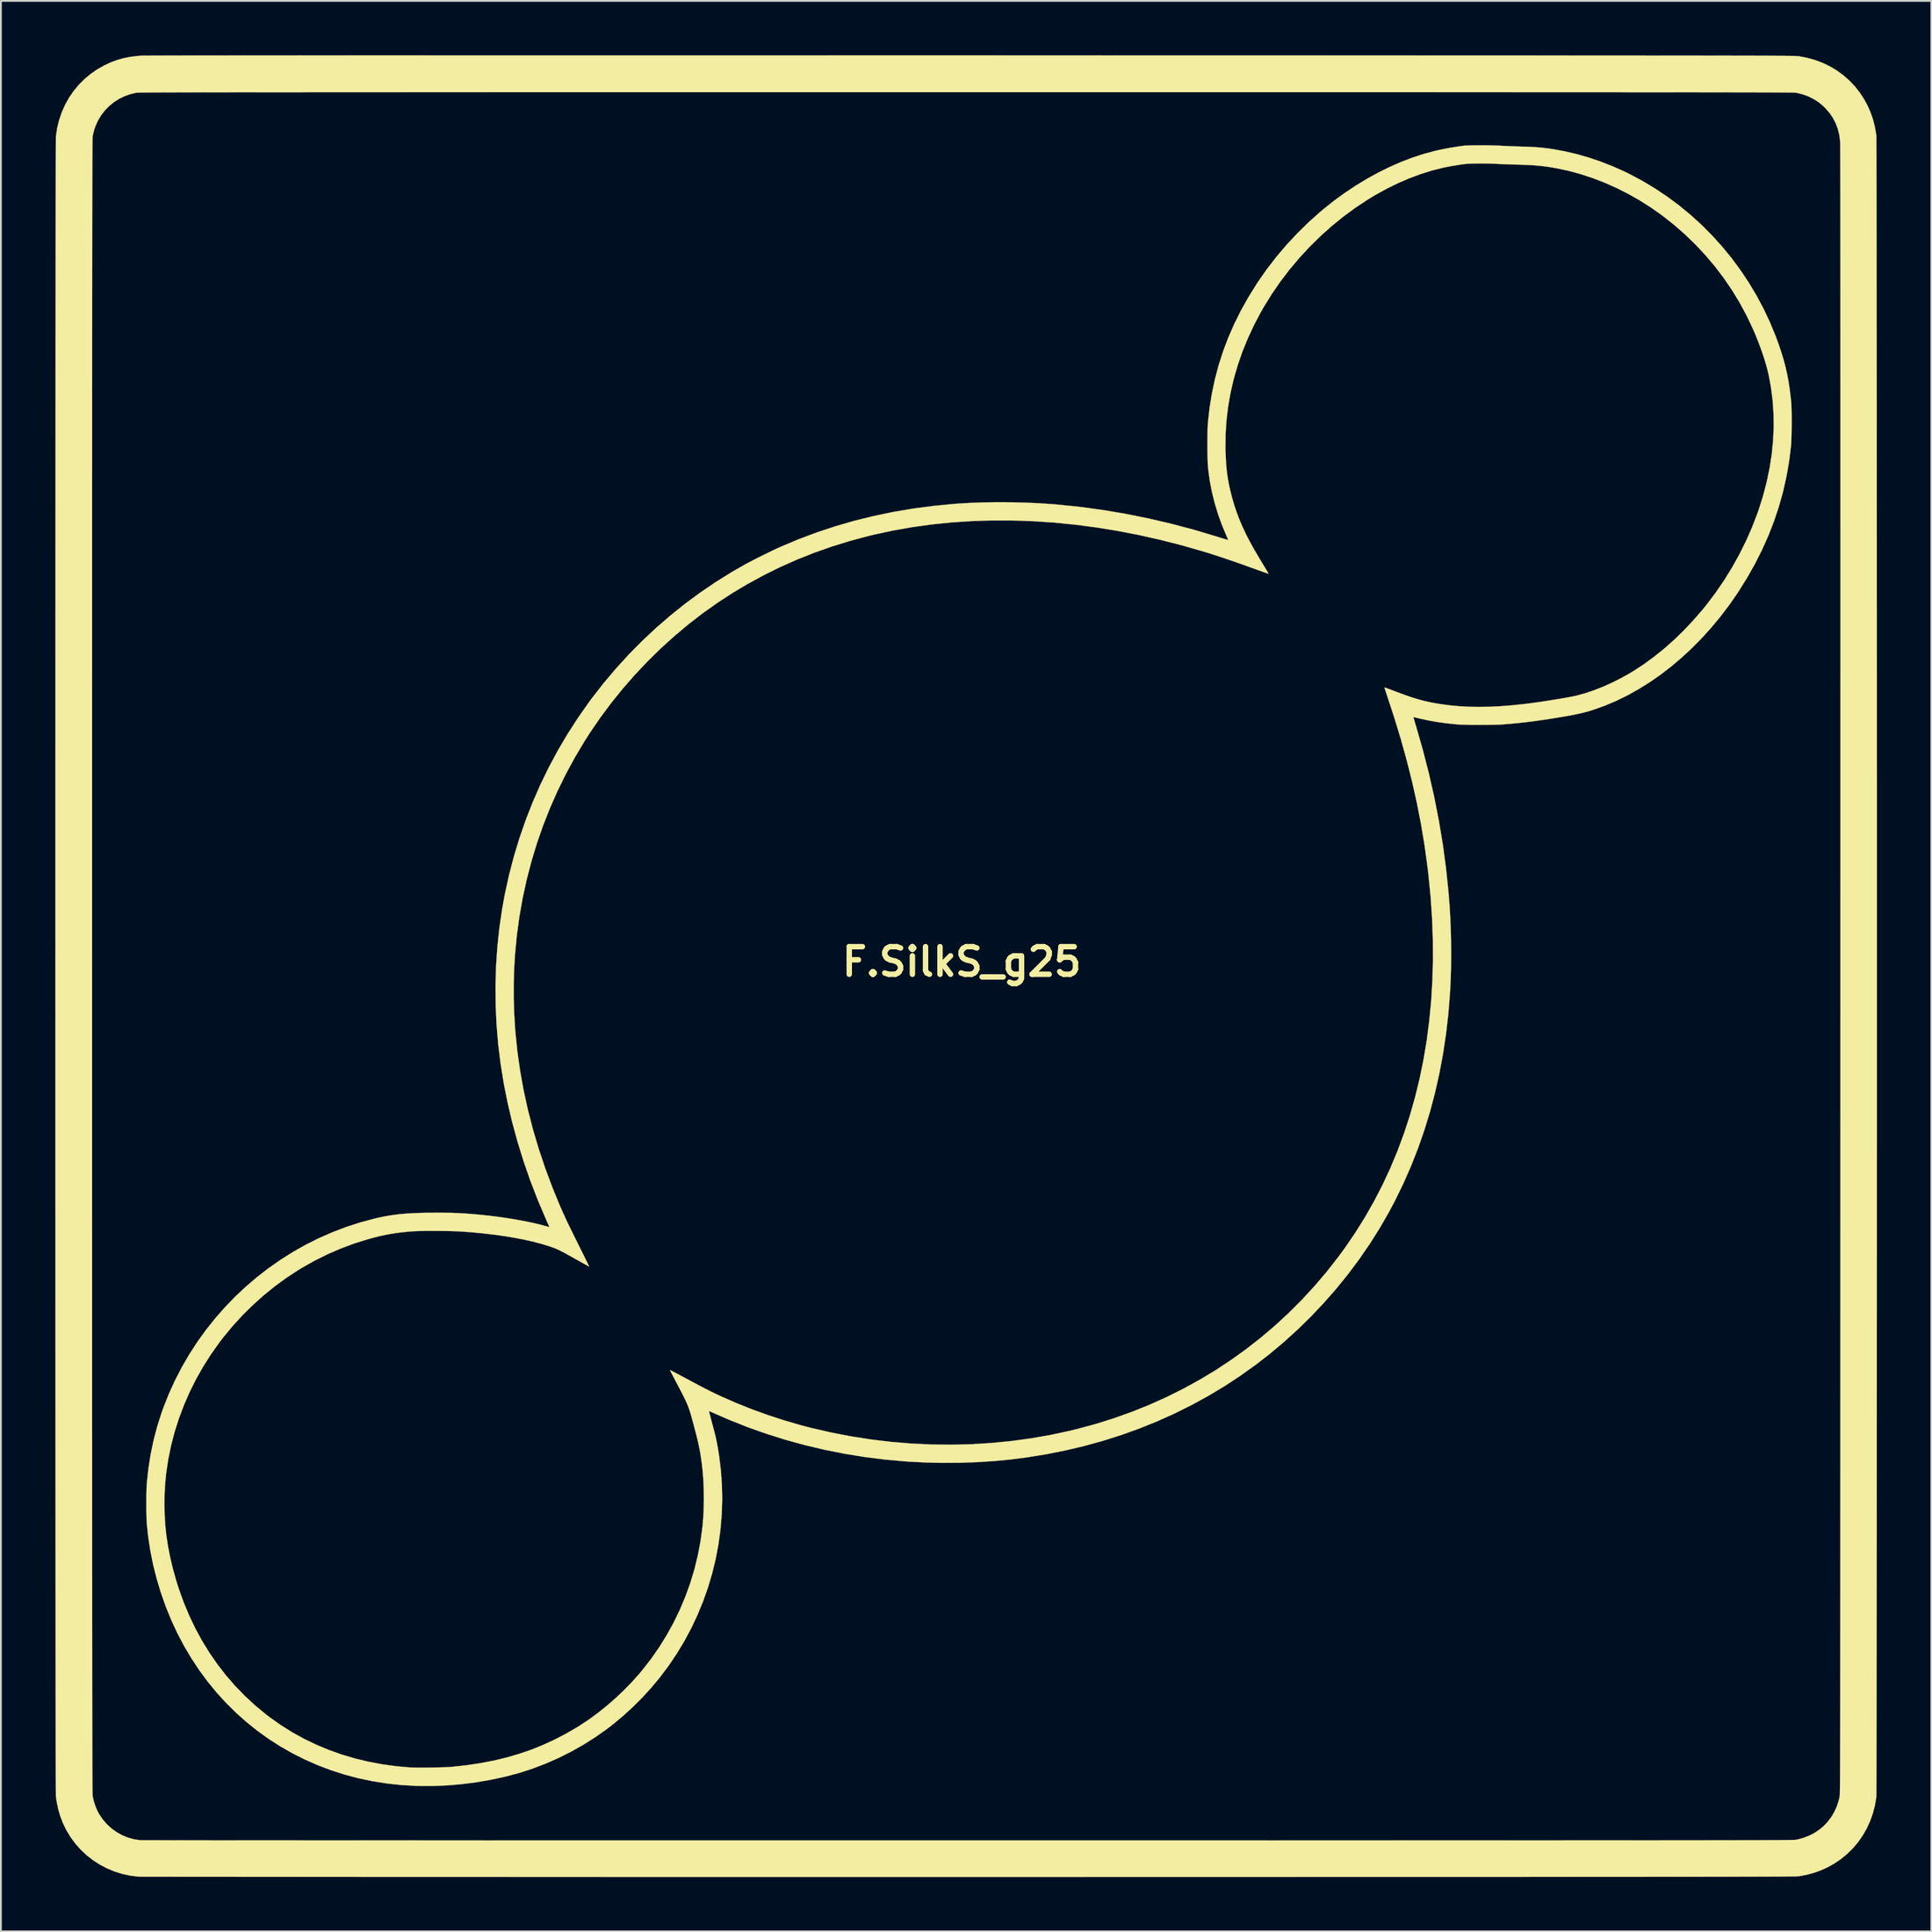
<source format=kicad_pcb>
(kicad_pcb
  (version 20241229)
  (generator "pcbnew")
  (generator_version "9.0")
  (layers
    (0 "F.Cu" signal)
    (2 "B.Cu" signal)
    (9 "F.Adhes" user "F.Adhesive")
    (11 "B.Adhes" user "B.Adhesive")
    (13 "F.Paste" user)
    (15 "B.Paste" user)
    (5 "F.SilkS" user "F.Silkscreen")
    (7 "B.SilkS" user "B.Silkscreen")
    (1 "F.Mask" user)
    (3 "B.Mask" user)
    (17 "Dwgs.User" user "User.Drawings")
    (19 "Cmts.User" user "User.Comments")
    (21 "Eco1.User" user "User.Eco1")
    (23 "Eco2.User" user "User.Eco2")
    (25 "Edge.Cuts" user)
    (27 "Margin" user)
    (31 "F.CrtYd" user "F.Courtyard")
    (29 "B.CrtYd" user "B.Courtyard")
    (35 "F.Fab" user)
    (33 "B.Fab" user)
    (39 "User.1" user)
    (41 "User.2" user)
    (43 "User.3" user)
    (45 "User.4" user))
  (footprint "F.SilkS_g25"
    (layer "F.Cu")
    (at 50.015 50.019)
    (property "Reference" "F.SilkS_g25" (at 0 0 0) (layer "F.SilkS") (effects (font (size 1.524 1.524) (thickness 0.3))))
    (attr through_hole)
    (fp_poly (pts (xy 28.912 -45.05) (xy 29.134 -45.047) (xy 29.349 -45.042) (xy 29.551 -45.036) (xy 29.733 -45.028) (xy 29.782 -45.025) (xy 29.922 -45.018) (xy 30.094 -45.01) (xy 30.288 -45.002) (xy 30.494 -44.994) (xy 30.703 -44.987) (xy 30.902 -44.98) (xy 30.946 -44.979) (xy 31.224 -44.97) (xy 31.469 -44.959) (xy 31.69 -44.946) (xy 31.896 -44.93) (xy 32.095 -44.91) (xy 32.297 -44.886) (xy 32.512 -44.856) (xy 32.618 -44.84) (xy 33.271 -44.721) (xy 33.933 -44.566) (xy 34.599 -44.375) (xy 35.263 -44.15) (xy 35.917 -43.894) (xy 36.557 -43.609) (xy 36.829 -43.477) (xy 37.558 -43.088) (xy 38.264 -42.665) (xy 38.946 -42.207) (xy 39.605 -41.716) (xy 40.238 -41.193) (xy 40.844 -40.64) (xy 41.422 -40.058) (xy 41.972 -39.448) (xy 42.491 -38.812) (xy 42.98 -38.15) (xy 43.436 -37.465) (xy 43.859 -36.756) (xy 44.248 -36.026) (xy 44.601 -35.276) (xy 44.918 -34.506) (xy 45.082 -34.057) (xy 45.223 -33.638) (xy 45.345 -33.237) (xy 45.45 -32.845) (xy 45.539 -32.452) (xy 45.616 -32.05) (xy 45.681 -31.63) (xy 45.738 -31.182) (xy 45.766 -30.914) (xy 45.776 -30.792) (xy 45.783 -30.634) (xy 45.789 -30.447) (xy 45.793 -30.237) (xy 45.795 -30.011) (xy 45.796 -29.776) (xy 45.794 -29.537) (xy 45.791 -29.301) (xy 45.787 -29.076) (xy 45.781 -28.867) (xy 45.773 -28.68) (xy 45.764 -28.524) (xy 45.756 -28.427) (xy 45.649 -27.58) (xy 45.502 -26.744) (xy 45.314 -25.917) (xy 45.085 -25.101) (xy 44.815 -24.295) (xy 44.504 -23.499) (xy 44.151 -22.712) (xy 43.758 -21.934) (xy 43.323 -21.166) (xy 42.847 -20.406) (xy 42.797 -20.331) (xy 42.339 -19.671) (xy 41.857 -19.038) (xy 41.354 -18.432) (xy 40.831 -17.854) (xy 40.289 -17.305) (xy 39.731 -16.787) (xy 39.157 -16.301) (xy 38.569 -15.848) (xy 37.969 -15.43) (xy 37.359 -15.048) (xy 36.739 -14.702) (xy 36.112 -14.395) (xy 35.479 -14.128) (xy 34.841 -13.901) (xy 34.756 -13.874) (xy 34.57 -13.818) (xy 34.381 -13.767) (xy 34.182 -13.717) (xy 33.969 -13.67) (xy 33.733 -13.622) (xy 33.471 -13.573) (xy 33.175 -13.521) (xy 33.02 -13.495) (xy 32.516 -13.414) (xy 32.045 -13.342) (xy 31.601 -13.28) (xy 31.176 -13.226) (xy 30.764 -13.179) (xy 30.356 -13.139) (xy 29.946 -13.104) (xy 29.866 -13.098) (xy 29.737 -13.09) (xy 29.574 -13.084) (xy 29.383 -13.079) (xy 29.171 -13.075) (xy 28.943 -13.072) (xy 28.707 -13.071) (xy 28.469 -13.071) (xy 28.234 -13.072) (xy 28.01 -13.075) (xy 27.803 -13.079) (xy 27.619 -13.084) (xy 27.465 -13.091) (xy 27.347 -13.098) (xy 26.766 -13.157) (xy 26.219 -13.233) (xy 25.699 -13.327) (xy 25.275 -13.421) (xy 25.16 -13.448) (xy 25.061 -13.471) (xy 24.984 -13.488) (xy 24.937 -13.498) (xy 24.924 -13.499) (xy 24.929 -13.478) (xy 24.944 -13.422) (xy 24.969 -13.337) (xy 25.001 -13.228) (xy 25.039 -13.1) (xy 25.073 -12.986) (xy 25.448 -11.678) (xy 25.783 -10.369) (xy 26.079 -9.059) (xy 26.335 -7.75) (xy 26.551 -6.444) (xy 26.725 -5.143) (xy 26.859 -3.849) (xy 26.913 -3.175) (xy 26.955 -2.498) (xy 26.984 -1.801) (xy 27.001 -1.095) (xy 27.007 -0.388) (xy 27 0.308) (xy 26.98 0.985) (xy 26.949 1.632) (xy 26.944 1.704) (xy 26.854 2.844) (xy 26.726 3.966) (xy 26.56 5.07) (xy 26.358 6.154) (xy 26.118 7.218) (xy 25.842 8.264) (xy 25.528 9.289) (xy 25.178 10.294) (xy 24.79 11.279) (xy 24.366 12.243) (xy 23.906 13.186) (xy 23.571 13.816) (xy 23.063 14.699) (xy 22.517 15.564) (xy 21.934 16.411) (xy 21.317 17.237) (xy 20.666 18.041) (xy 19.983 18.82) (xy 19.271 19.573) (xy 18.529 20.299) (xy 17.76 20.995) (xy 16.966 21.66) (xy 16.235 22.227) (xy 15.386 22.835) (xy 14.513 23.409) (xy 13.617 23.948) (xy 12.698 24.451) (xy 11.757 24.92) (xy 10.795 25.352) (xy 9.813 25.749) (xy 8.812 26.109) (xy 7.793 26.433) (xy 6.757 26.719) (xy 5.703 26.968) (xy 4.634 27.18) (xy 3.55 27.353) (xy 2.688 27.463) (xy 1.788 27.549) (xy 0.864 27.609) (xy -0.077 27.643) (xy -1.026 27.649) (xy -1.975 27.629) (xy -2.914 27.581) (xy -3.101 27.568) (xy -4.226 27.467) (xy -5.344 27.327) (xy -6.454 27.147) (xy -7.554 26.929) (xy -8.642 26.672) (xy -9.716 26.378) (xy -10.774 26.046) (xy -11.815 25.677) (xy -12.835 25.272) (xy -13.63 24.925) (xy -13.734 24.879) (xy -13.824 24.84) (xy -13.892 24.811) (xy -13.933 24.795) (xy -13.942 24.794) (xy -13.939 24.816) (xy -13.925 24.879) (xy -13.899 24.981) (xy -13.863 25.122) (xy -13.816 25.301) (xy -13.759 25.517) (xy -13.691 25.77) (xy -13.643 25.95) (xy -13.575 26.225) (xy -13.509 26.538) (xy -13.446 26.883) (xy -13.388 27.256) (xy -13.379 27.317) (xy -13.285 28.104) (xy -13.231 28.882) (xy -13.215 29.658) (xy -13.239 30.438) (xy -13.302 31.227) (xy -13.316 31.358) (xy -13.426 32.165) (xy -13.578 32.963) (xy -13.77 33.752) (xy -14.001 34.529) (xy -14.272 35.294) (xy -14.581 36.044) (xy -14.927 36.777) (xy -15.31 37.491) (xy -15.729 38.186) (xy -16.183 38.858) (xy -16.672 39.507) (xy -16.673 39.509) (xy -17.132 40.058) (xy -17.621 40.594) (xy -18.137 41.109) (xy -18.671 41.598) (xy -19.217 42.056) (xy -19.59 42.343) (xy -20.227 42.792) (xy -20.89 43.21) (xy -21.574 43.595) (xy -22.276 43.945) (xy -22.992 44.258) (xy -23.718 44.533) (xy -24.416 44.757) (xy -25.181 44.961) (xy -25.968 45.133) (xy -26.769 45.272) (xy -27.58 45.376) (xy -28.392 45.446) (xy -29.199 45.479) (xy -29.996 45.476) (xy -30.11 45.473) (xy -30.932 45.424) (xy -31.741 45.336) (xy -32.535 45.209) (xy -33.313 45.044) (xy -34.075 44.841) (xy -34.82 44.601) (xy -35.546 44.325) (xy -36.253 44.013) (xy -36.94 43.667) (xy -37.606 43.286) (xy -38.25 42.873) (xy -38.87 42.426) (xy -39.468 41.947) (xy -40.04 41.437) (xy -40.587 40.897) (xy -41.107 40.326) (xy -41.6 39.726) (xy -42.064 39.098) (xy -42.499 38.441) (xy -42.904 37.758) (xy -43.278 37.048) (xy -43.619 36.312) (xy -43.928 35.551) (xy -44.183 34.826) (xy -44.417 34.052) (xy -44.612 33.281) (xy -44.768 32.506) (xy -44.888 31.72) (xy -44.962 31.03) (xy -44.97 30.911) (xy -44.977 30.756) (xy -44.982 30.573) (xy -44.986 30.368) (xy -44.988 30.148) (xy -44.988 30.036) (xy -43.992 30.036) (xy -43.977 30.585) (xy -43.943 31.12) (xy -43.89 31.63) (xy -43.889 31.638) (xy -43.796 32.248) (xy -43.672 32.876) (xy -43.52 33.513) (xy -43.341 34.151) (xy -43.203 34.586) (xy -42.93 35.345) (xy -42.624 36.08) (xy -42.284 36.79) (xy -41.911 37.476) (xy -41.505 38.135) (xy -41.067 38.767) (xy -40.598 39.373) (xy -40.097 39.951) (xy -39.565 40.5) (xy -39.003 41.021) (xy -38.411 41.511) (xy -38.196 41.676) (xy -37.586 42.11) (xy -36.952 42.509) (xy -36.296 42.872) (xy -35.618 43.199) (xy -34.921 43.49) (xy -34.204 43.745) (xy -33.469 43.963) (xy -32.716 44.143) (xy -31.948 44.286) (xy -31.164 44.392) (xy -30.501 44.45) (xy -30.379 44.456) (xy -30.222 44.46) (xy -30.036 44.463) (xy -29.827 44.464) (xy -29.603 44.463) (xy -29.371 44.461) (xy -29.137 44.458) (xy -28.907 44.454) (xy -28.69 44.448) (xy -28.49 44.441) (xy -28.316 44.434) (xy -28.173 44.425) (xy -28.109 44.42) (xy -27.321 44.333) (xy -26.564 44.22) (xy -25.835 44.08) (xy -25.131 43.912) (xy -24.448 43.714) (xy -23.784 43.487) (xy -23.136 43.228) (xy -22.5 42.937) (xy -21.874 42.614) (xy -21.254 42.256) (xy -21.082 42.15) (xy -20.576 41.815) (xy -20.07 41.444) (xy -19.569 41.042) (xy -19.079 40.613) (xy -18.606 40.164) (xy -18.157 39.699) (xy -17.737 39.224) (xy -17.621 39.084) (xy -17.134 38.458) (xy -16.683 37.809) (xy -16.268 37.139) (xy -15.888 36.448) (xy -15.546 35.74) (xy -15.242 35.015) (xy -14.975 34.276) (xy -14.748 33.523) (xy -14.561 32.759) (xy -14.413 31.985) (xy -14.307 31.203) (xy -14.299 31.126) (xy -14.261 30.665) (xy -14.236 30.179) (xy -14.227 29.68) (xy -14.231 29.179) (xy -14.25 28.685) (xy -14.283 28.209) (xy -14.33 27.762) (xy -14.332 27.75) (xy -14.366 27.489) (xy -14.402 27.25) (xy -14.44 27.021) (xy -14.484 26.796) (xy -14.533 26.564) (xy -14.591 26.317) (xy -14.659 26.046) (xy -14.723 25.802) (xy -14.793 25.536) (xy -14.855 25.305) (xy -14.911 25.104) (xy -14.963 24.926) (xy -15.013 24.766) (xy -15.064 24.618) (xy -15.118 24.476) (xy -15.177 24.335) (xy -15.242 24.19) (xy -15.318 24.033) (xy -15.405 23.861) (xy -15.506 23.666) (xy -15.623 23.443) (xy -15.713 23.273) (xy -15.799 23.11) (xy -15.878 22.96) (xy -15.948 22.825) (xy -16.007 22.711) (xy -16.053 22.621) (xy -16.084 22.558) (xy -16.098 22.528) (xy -16.098 22.526) (xy -16.079 22.534) (xy -16.026 22.561) (xy -15.943 22.603) (xy -15.834 22.66) (xy -15.703 22.73) (xy -15.553 22.809) (xy -15.389 22.897) (xy -15.237 22.978) (xy -14.958 23.128) (xy -14.712 23.259) (xy -14.493 23.375) (xy -14.298 23.477) (xy -14.122 23.568) (xy -13.959 23.651) (xy -13.807 23.727) (xy -13.659 23.799) (xy -13.511 23.87) (xy -13.359 23.941) (xy -13.251 23.991) (xy -12.419 24.356) (xy -11.557 24.699) (xy -10.673 25.018) (xy -9.776 25.31) (xy -8.874 25.572) (xy -8.287 25.725) (xy -7.192 25.977) (xy -6.091 26.189) (xy -4.986 26.361) (xy -3.877 26.493) (xy -2.768 26.584) (xy -1.658 26.636) (xy -0.55 26.648) (xy 0.554 26.62) (xy 1.653 26.552) (xy 2.745 26.444) (xy 3.829 26.296) (xy 4.903 26.108) (xy 5.965 25.88) (xy 6.375 25.78) (xy 7.4 25.502) (xy 8.406 25.186) (xy 9.393 24.833) (xy 10.36 24.444) (xy 11.306 24.019) (xy 12.23 23.558) (xy 13.133 23.063) (xy 14.012 22.533) (xy 14.868 21.968) (xy 15.7 21.37) (xy 16.506 20.739) (xy 17.287 20.076) (xy 18.041 19.38) (xy 18.769 18.652) (xy 19.468 17.894) (xy 20.139 17.104) (xy 20.781 16.285) (xy 21.135 15.802) (xy 21.71 14.962) (xy 22.25 14.099) (xy 22.753 13.215) (xy 23.221 12.309) (xy 23.653 11.381) (xy 24.049 10.433) (xy 24.408 9.464) (xy 24.731 8.476) (xy 25.018 7.467) (xy 25.269 6.439) (xy 25.483 5.393) (xy 25.66 4.328) (xy 25.801 3.244) (xy 25.905 2.143) (xy 25.972 1.025) (xy 26.003 -0.111) (xy 25.996 -1.263) (xy 25.952 -2.431) (xy 25.871 -3.615) (xy 25.753 -4.814) (xy 25.694 -5.302) (xy 25.534 -6.454) (xy 25.342 -7.605) (xy 25.117 -8.757) (xy 24.858 -9.915) (xy 24.565 -11.081) (xy 24.238 -12.259) (xy 23.874 -13.453) (xy 23.621 -14.23) (xy 23.559 -14.415) (xy 23.502 -14.588) (xy 23.451 -14.744) (xy 23.406 -14.879) (xy 23.37 -14.99) (xy 23.344 -15.072) (xy 23.329 -15.12) (xy 23.326 -15.133) (xy 23.345 -15.13) (xy 23.398 -15.113) (xy 23.481 -15.085) (xy 23.589 -15.046) (xy 23.717 -14.998) (xy 23.859 -14.944) (xy 23.902 -14.928) (xy 24.246 -14.798) (xy 24.558 -14.685) (xy 24.846 -14.587) (xy 25.117 -14.503) (xy 25.377 -14.43) (xy 25.634 -14.366) (xy 25.893 -14.311) (xy 26.162 -14.261) (xy 26.437 -14.216) (xy 26.948 -14.148) (xy 27.468 -14.1) (xy 28.003 -14.071) (xy 28.555 -14.062) (xy 29.127 -14.072) (xy 29.724 -14.101) (xy 30.349 -14.15) (xy 31.006 -14.219) (xy 31.485 -14.279) (xy 31.684 -14.306) (xy 31.902 -14.337) (xy 32.134 -14.372) (xy 32.375 -14.41) (xy 32.618 -14.449) (xy 32.859 -14.489) (xy 33.092 -14.528) (xy 33.31 -14.566) (xy 33.51 -14.602) (xy 33.685 -14.635) (xy 33.829 -14.664) (xy 33.937 -14.688) (xy 33.943 -14.69) (xy 34.401 -14.816) (xy 34.876 -14.976) (xy 35.36 -15.166) (xy 35.849 -15.384) (xy 36.336 -15.626) (xy 36.814 -15.891) (xy 37.062 -16.039) (xy 37.635 -16.414) (xy 38.202 -16.828) (xy 38.762 -17.279) (xy 39.31 -17.765) (xy 39.844 -18.283) (xy 40.361 -18.831) (xy 40.859 -19.405) (xy 41.094 -19.693) (xy 41.597 -20.359) (xy 42.071 -21.05) (xy 42.512 -21.765) (xy 42.92 -22.498) (xy 43.291 -23.247) (xy 43.625 -24.008) (xy 43.919 -24.778) (xy 43.988 -24.977) (xy 44.227 -25.74) (xy 44.424 -26.501) (xy 44.581 -27.258) (xy 44.697 -28.01) (xy 44.771 -28.758) (xy 44.804 -29.501) (xy 44.795 -30.238) (xy 44.746 -30.968) (xy 44.654 -31.691) (xy 44.533 -32.353) (xy 44.455 -32.684) (xy 44.355 -33.043) (xy 44.236 -33.424) (xy 44.1 -33.819) (xy 43.948 -34.223) (xy 43.785 -34.628) (xy 43.656 -34.925) (xy 43.309 -35.657) (xy 42.925 -36.369) (xy 42.504 -37.059) (xy 42.049 -37.727) (xy 41.56 -38.37) (xy 41.038 -38.989) (xy 40.483 -39.582) (xy 39.898 -40.147) (xy 39.282 -40.684) (xy 38.682 -41.157) (xy 38.081 -41.585) (xy 37.461 -41.982) (xy 36.823 -42.347) (xy 36.171 -42.678) (xy 35.509 -42.975) (xy 34.838 -43.235) (xy 34.162 -43.459) (xy 33.485 -43.643) (xy 32.808 -43.788) (xy 32.47 -43.845) (xy 32.256 -43.876) (xy 32.052 -43.902) (xy 31.851 -43.924) (xy 31.645 -43.942) (xy 31.426 -43.957) (xy 31.185 -43.969) (xy 30.916 -43.979) (xy 30.692 -43.985) (xy 30.497 -43.991) (xy 30.3 -43.997) (xy 30.108 -44.003) (xy 29.93 -44.01) (xy 29.773 -44.016) (xy 29.646 -44.022) (xy 29.58 -44.026) (xy 29.432 -44.033) (xy 29.258 -44.039) (xy 29.066 -44.043) (xy 28.863 -44.046) (xy 28.656 -44.046) (xy 28.454 -44.046) (xy 28.264 -44.043) (xy 28.092 -44.04) (xy 27.947 -44.034) (xy 27.836 -44.027) (xy 27.824 -44.026) (xy 27.714 -44.013) (xy 27.572 -43.994) (xy 27.407 -43.969) (xy 27.229 -43.94) (xy 27.046 -43.908) (xy 26.867 -43.876) (xy 26.702 -43.844) (xy 26.561 -43.815) (xy 26.557 -43.814) (xy 25.94 -43.659) (xy 25.317 -43.463) (xy 24.69 -43.229) (xy 24.062 -42.958) (xy 23.436 -42.65) (xy 22.816 -42.307) (xy 22.402 -42.056) (xy 21.716 -41.602) (xy 21.049 -41.111) (xy 20.404 -40.586) (xy 19.783 -40.029) (xy 19.187 -39.442) (xy 18.62 -38.828) (xy 18.082 -38.188) (xy 17.577 -37.524) (xy 17.105 -36.84) (xy 16.67 -36.136) (xy 16.507 -35.851) (xy 16.125 -35.126) (xy 15.784 -34.393) (xy 15.484 -33.654) (xy 15.226 -32.909) (xy 15.009 -32.158) (xy 14.834 -31.401) (xy 14.701 -30.639) (xy 14.61 -29.873) (xy 14.56 -29.103) (xy 14.553 -28.329) (xy 14.561 -28.027) (xy 14.577 -27.699) (xy 14.596 -27.404) (xy 14.621 -27.134) (xy 14.652 -26.878) (xy 14.69 -26.628) (xy 14.737 -26.374) (xy 14.794 -26.109) (xy 14.806 -26.056) (xy 14.911 -25.635) (xy 15.028 -25.228) (xy 15.161 -24.828) (xy 15.31 -24.432) (xy 15.478 -24.034) (xy 15.668 -23.628) (xy 15.882 -23.211) (xy 16.122 -22.776) (xy 16.389 -22.319) (xy 16.476 -22.176) (xy 16.574 -22.014) (xy 16.665 -21.864) (xy 16.746 -21.729) (xy 16.815 -21.613) (xy 16.87 -21.519) (xy 16.908 -21.453) (xy 16.928 -21.416) (xy 16.93 -21.411) (xy 16.909 -21.416) (xy 16.853 -21.435) (xy 16.765 -21.465) (xy 16.648 -21.506) (xy 16.509 -21.555) (xy 16.349 -21.613) (xy 16.174 -21.676) (xy 16.023 -21.73) (xy 15.459 -21.933) (xy 14.93 -22.118) (xy 14.434 -22.287) (xy 13.969 -22.44) (xy 13.531 -22.579) (xy 13.311 -22.646) (xy 12.125 -22.985) (xy 10.94 -23.287) (xy 9.758 -23.552) (xy 8.58 -23.779) (xy 7.407 -23.969) (xy 6.239 -24.121) (xy 5.08 -24.236) (xy 3.928 -24.312) (xy 2.786 -24.352) (xy 1.654 -24.353) (xy 0.533 -24.316) (xy -0.574 -24.242) (xy -1.668 -24.13) (xy -2.747 -23.98) (xy -3.811 -23.791) (xy -4.857 -23.565) (xy -5.142 -23.496) (xy -6.163 -23.223) (xy -7.16 -22.915) (xy -8.134 -22.572) (xy -9.087 -22.193) (xy -10.02 -21.778) (xy -10.934 -21.326) (xy -11.831 -20.837) (xy -12.628 -20.362) (xy -13.463 -19.819) (xy -14.28 -19.239) (xy -15.077 -18.624) (xy -15.851 -17.975) (xy -16.603 -17.294) (xy -17.328 -16.583) (xy -18.026 -15.844) (xy -18.695 -15.079) (xy -19.333 -14.289) (xy -19.939 -13.477) (xy -20.51 -12.643) (xy -20.812 -12.17) (xy -21.346 -11.275) (xy -21.841 -10.361) (xy -22.299 -9.43) (xy -22.718 -8.482) (xy -23.098 -7.518) (xy -23.439 -6.539) (xy -23.74 -5.546) (xy -24.003 -4.539) (xy -24.225 -3.52) (xy -24.407 -2.49) (xy -24.548 -1.449) (xy -24.648 -0.413) (xy -24.695 0.372) (xy -24.718 1.18) (xy -24.718 2.001) (xy -24.694 2.824) (xy -24.646 3.638) (xy -24.627 3.884) (xy -24.517 4.953) (xy -24.365 6.024) (xy -24.172 7.096) (xy -23.937 8.17) (xy -23.66 9.242) (xy -23.343 10.313) (xy -22.985 11.382) (xy -22.587 12.447) (xy -22.267 13.231) (xy -22.186 13.423) (xy -22.108 13.603) (xy -22.031 13.778) (xy -21.953 13.95) (xy -21.873 14.126) (xy -21.787 14.31) (xy -21.693 14.506) (xy -21.59 14.719) (xy -21.475 14.955) (xy -21.345 15.217) (xy -21.2 15.51) (xy -21.151 15.608) (xy -21.047 15.817) (xy -20.948 16.016) (xy -20.857 16.199) (xy -20.775 16.365) (xy -20.704 16.51) (xy -20.645 16.63) (xy -20.6 16.724) (xy -20.57 16.786) (xy -20.558 16.814) (xy -20.557 16.816) (xy -20.576 16.807) (xy -20.628 16.779) (xy -20.709 16.735) (xy -20.815 16.677) (xy -20.941 16.607) (xy -21.084 16.527) (xy -21.24 16.439) (xy -21.273 16.421) (xy -21.499 16.294) (xy -21.694 16.186) (xy -21.861 16.094) (xy -22.005 16.017) (xy -22.131 15.952) (xy -22.243 15.897) (xy -22.347 15.85) (xy -22.446 15.809) (xy -22.545 15.771) (xy -22.649 15.733) (xy -22.754 15.698) (xy -23.179 15.567) (xy -23.643 15.445) (xy -24.143 15.332) (xy -24.677 15.229) (xy -25.243 15.136) (xy -25.837 15.053) (xy -26.458 14.981) (xy -27.103 14.921) (xy -27.538 14.888) (xy -27.706 14.878) (xy -27.904 14.869) (xy -28.128 14.862) (xy -28.369 14.857) (xy -28.623 14.853) (xy -28.883 14.85) (xy -29.144 14.849) (xy -29.398 14.85) (xy -29.64 14.852) (xy -29.864 14.856) (xy -30.063 14.861) (xy -30.232 14.868) (xy -30.353 14.876) (xy -30.745 14.912) (xy -31.105 14.954) (xy -31.446 15.004) (xy -31.776 15.064) (xy -32.109 15.136) (xy -32.453 15.222) (xy -32.755 15.305) (xy -33.511 15.541) (xy -34.256 15.819) (xy -34.987 16.135) (xy -35.703 16.491) (xy -36.403 16.885) (xy -36.597 17.003) (xy -37.256 17.434) (xy -37.896 17.902) (xy -38.516 18.404) (xy -39.112 18.938) (xy -39.682 19.5) (xy -40.221 20.089) (xy -40.728 20.701) (xy -40.953 20.993) (xy -41.418 21.65) (xy -41.848 22.325) (xy -42.24 23.017) (xy -42.594 23.724) (xy -42.91 24.446) (xy -43.187 25.179) (xy -43.425 25.923) (xy -43.622 26.677) (xy -43.779 27.439) (xy -43.894 28.207) (xy -43.919 28.427) (xy -43.963 28.945) (xy -43.988 29.486) (xy -43.992 30.036) (xy -44.988 30.036) (xy -44.989 29.92) (xy -44.988 29.692) (xy -44.986 29.469) (xy -44.983 29.259) (xy -44.978 29.069) (xy -44.971 28.905) (xy -44.963 28.774) (xy -44.962 28.755) (xy -44.874 27.948) (xy -44.749 27.16) (xy -44.587 26.388) (xy -44.387 25.628) (xy -44.147 24.877) (xy -44.042 24.585) (xy -43.738 23.82) (xy -43.397 23.075) (xy -43.021 22.349) (xy -42.61 21.645) (xy -42.167 20.963) (xy -41.692 20.304) (xy -41.187 19.67) (xy -40.652 19.062) (xy -40.09 18.481) (xy -39.501 17.927) (xy -38.887 17.403) (xy -38.249 16.909) (xy -37.587 16.446) (xy -36.905 16.015) (xy -36.202 15.618) (xy -35.48 15.256) (xy -34.74 14.93) (xy -33.984 14.641) (xy -33.212 14.39) (xy -32.427 14.178) (xy -32.401 14.171) (xy -32.108 14.104) (xy -31.826 14.047) (xy -31.546 13.998) (xy -31.264 13.957) (xy -30.974 13.924) (xy -30.668 13.898) (xy -30.342 13.877) (xy -29.989 13.863) (xy -29.604 13.853) (xy -29.373 13.849) (xy -28.931 13.846) (xy -28.521 13.848) (xy -28.133 13.856) (xy -27.759 13.87) (xy -27.388 13.891) (xy -27.011 13.919) (xy -26.617 13.954) (xy -26.198 13.998) (xy -26.151 14.003) (xy -25.709 14.056) (xy -25.267 14.117) (xy -24.832 14.184) (xy -24.41 14.257) (xy -24.007 14.334) (xy -23.628 14.414) (xy -23.281 14.496) (xy -23.003 14.571) (xy -22.908 14.597) (xy -22.829 14.618) (xy -22.776 14.63) (xy -22.754 14.633) (xy -22.754 14.633) (xy -22.762 14.612) (xy -22.785 14.558) (xy -22.821 14.476) (xy -22.866 14.373) (xy -22.92 14.252) (xy -22.953 14.176) (xy -23.399 13.126) (xy -23.807 12.067) (xy -24.177 11.002) (xy -24.508 9.932) (xy -24.801 8.859) (xy -25.054 7.786) (xy -25.267 6.715) (xy -25.44 5.646) (xy -25.571 4.583) (xy -25.579 4.508) (xy -25.668 3.434) (xy -25.716 2.359) (xy -25.724 1.288) (xy -25.692 0.22) (xy -25.619 -0.84) (xy -25.507 -1.892) (xy -25.354 -2.933) (xy -25.207 -3.736) (xy -24.978 -4.781) (xy -24.709 -5.812) (xy -24.401 -6.827) (xy -24.055 -7.828) (xy -23.669 -8.811) (xy -23.246 -9.777) (xy -22.785 -10.725) (xy -22.287 -11.654) (xy -21.751 -12.563) (xy -21.179 -13.451) (xy -20.571 -14.318) (xy -20.398 -14.552) (xy -19.751 -15.382) (xy -19.072 -16.185) (xy -18.364 -16.96) (xy -17.627 -17.706) (xy -16.863 -18.422) (xy -16.072 -19.107) (xy -15.258 -19.759) (xy -14.42 -20.377) (xy -13.56 -20.96) (xy -12.681 -21.508) (xy -11.927 -21.938) (xy -11.766 -22.025) (xy -11.575 -22.125) (xy -11.362 -22.234) (xy -11.134 -22.349) (xy -10.899 -22.465) (xy -10.666 -22.58) (xy -10.442 -22.688) (xy -10.235 -22.786) (xy -10.052 -22.87) (xy -9.959 -22.912) (xy -8.968 -23.326) (xy -7.962 -23.702) (xy -6.938 -24.04) (xy -5.899 -24.339) (xy -4.842 -24.6) (xy -3.767 -24.822) (xy -2.675 -25.007) (xy -1.565 -25.153) (xy -0.436 -25.262) (xy -0.159 -25.282) (xy 0.527 -25.322) (xy 1.243 -25.347) (xy 1.98 -25.357) (xy 2.727 -25.353) (xy 3.477 -25.335) (xy 4.218 -25.302) (xy 4.943 -25.255) (xy 5.249 -25.23) (xy 6.505 -25.102) (xy 7.763 -24.932) (xy 9.024 -24.721) (xy 10.288 -24.467) (xy 11.554 -24.171) (xy 12.825 -23.834) (xy 14.099 -23.454) (xy 14.131 -23.444) (xy 14.278 -23.398) (xy 14.412 -23.357) (xy 14.526 -23.322) (xy 14.617 -23.295) (xy 14.678 -23.277) (xy 14.705 -23.271) (xy 14.705 -23.271) (xy 14.699 -23.291) (xy 14.679 -23.342) (xy 14.646 -23.418) (xy 14.606 -23.509) (xy 14.597 -23.53) (xy 14.355 -24.111) (xy 14.141 -24.711) (xy 13.957 -25.321) (xy 13.805 -25.935) (xy 13.687 -26.547) (xy 13.605 -27.149) (xy 13.586 -27.347) (xy 13.578 -27.464) (xy 13.572 -27.616) (xy 13.567 -27.797) (xy 13.563 -28) (xy 13.56 -28.219) (xy 13.559 -28.447) (xy 13.559 -28.677) (xy 13.56 -28.903) (xy 13.562 -29.119) (xy 13.566 -29.318) (xy 13.571 -29.494) (xy 13.578 -29.64) (xy 13.585 -29.739) (xy 13.677 -30.561) (xy 13.807 -31.367) (xy 13.975 -32.157) (xy 14.182 -32.934) (xy 14.428 -33.698) (xy 14.714 -34.452) (xy 15.04 -35.196) (xy 15.406 -35.931) (xy 15.814 -36.66) (xy 16.263 -37.384) (xy 16.356 -37.526) (xy 16.845 -38.225) (xy 17.371 -38.906) (xy 17.931 -39.565) (xy 18.524 -40.2) (xy 19.146 -40.81) (xy 19.796 -41.39) (xy 19.954 -41.523) (xy 20.53 -41.982) (xy 21.123 -42.415) (xy 21.73 -42.82) (xy 22.348 -43.195) (xy 22.974 -43.54) (xy 23.604 -43.852) (xy 24.237 -44.13) (xy 24.869 -44.372) (xy 25.497 -44.577) (xy 26.117 -44.743) (xy 26.352 -44.796) (xy 26.563 -44.84) (xy 26.789 -44.883) (xy 27.02 -44.925) (xy 27.245 -44.962) (xy 27.452 -44.995) (xy 27.633 -45.02) (xy 27.677 -45.025) (xy 27.776 -45.034) (xy 27.911 -45.04) (xy 28.076 -45.046) (xy 28.265 -45.049) (xy 28.471 -45.051) (xy 28.689 -45.051) (xy 28.912 -45.05)) (stroke (width 0.01) (type solid)) (fill yes) (layer "F.SilkS"))
    (fp_poly (pts (xy -18.385 -50.014) (xy -16.99 -50.014) (xy -15.555 -50.014) (xy -14.081 -50.014) (xy -12.566 -50.014) (xy -11.012 -50.014) (xy -9.417 -50.014) (xy -7.782 -50.014) (xy -6.105 -50.013) (xy -4.387 -50.013) (xy -2.628 -50.013) (xy -0.827 -50.013) (xy 0.497 -50.013) (xy 2.175 -50.012) (xy 3.812 -50.012) (xy 5.407 -50.012) (xy 6.961 -50.012) (xy 8.475 -50.011) (xy 9.949 -50.011) (xy 11.384 -50.011) (xy 12.781 -50.011) (xy 14.139 -50.011) (xy 15.46 -50.01) (xy 16.744 -50.01) (xy 17.991 -50.01) (xy 19.203 -50.01) (xy 20.379 -50.009) (xy 21.52 -50.009) (xy 22.626 -50.009) (xy 23.699 -50.009) (xy 24.738 -50.009) (xy 25.745 -50.008) (xy 26.72 -50.008) (xy 27.662 -50.008) (xy 28.574 -50.008) (xy 29.454 -50.007) (xy 30.305 -50.007) (xy 31.126 -50.007) (xy 31.918 -50.006) (xy 32.682 -50.006) (xy 33.417 -50.006) (xy 34.125 -50.005) (xy 34.806 -50.005) (xy 35.46 -50.005) (xy 36.089 -50.004) (xy 36.692 -50.004) (xy 37.271 -50.004) (xy 37.825 -50.003) (xy 38.355 -50.003) (xy 38.862 -50.002) (xy 39.347 -50.002) (xy 39.809 -50.002) (xy 40.249 -50.001) (xy 40.669 -50.001) (xy 41.068 -50) (xy 41.446 -50) (xy 41.806 -49.999) (xy 42.146 -49.999) (xy 42.468 -49.998) (xy 42.771 -49.997) (xy 43.058 -49.997) (xy 43.327 -49.996) (xy 43.58 -49.996) (xy 43.818 -49.995) (xy 44.04 -49.994) (xy 44.247 -49.993) (xy 44.44 -49.993) (xy 44.619 -49.992) (xy 44.785 -49.991) (xy 44.939 -49.99) (xy 45.08 -49.989) (xy 45.21 -49.989) (xy 45.329 -49.988) (xy 45.437 -49.987) (xy 45.535 -49.986) (xy 45.624 -49.985) (xy 45.703 -49.984) (xy 45.775 -49.983) (xy 45.838 -49.982) (xy 45.895 -49.981) (xy 45.944 -49.98) (xy 45.987 -49.978) (xy 46.024 -49.977) (xy 46.056 -49.976) (xy 46.084 -49.975) (xy 46.107 -49.974) (xy 46.127 -49.972) (xy 46.143 -49.971) (xy 46.157 -49.969) (xy 46.169 -49.968) (xy 46.175 -49.967) (xy 46.634 -49.882) (xy 47.077 -49.759) (xy 47.501 -49.6) (xy 47.905 -49.406) (xy 48.287 -49.178) (xy 48.645 -48.917) (xy 48.977 -48.625) (xy 49.283 -48.303) (xy 49.559 -47.952) (xy 49.804 -47.574) (xy 49.985 -47.237) (xy 50.146 -46.873) (xy 50.276 -46.502) (xy 50.376 -46.116) (xy 50.451 -45.705) (xy 50.465 -45.604) (xy 50.466 -45.574) (xy 50.467 -45.503) (xy 50.468 -45.391) (xy 50.469 -45.239) (xy 50.47 -45.048) (xy 50.471 -44.818) (xy 50.472 -44.551) (xy 50.473 -44.246) (xy 50.474 -43.905) (xy 50.475 -43.528) (xy 50.476 -43.116) (xy 50.477 -42.67) (xy 50.478 -42.191) (xy 50.479 -41.679) (xy 50.48 -41.136) (xy 50.48 -40.561) (xy 50.481 -39.956) (xy 50.482 -39.321) (xy 50.483 -38.657) (xy 50.483 -37.965) (xy 50.484 -37.246) (xy 50.485 -36.5) (xy 50.485 -35.728) (xy 50.486 -34.931) (xy 50.487 -34.11) (xy 50.487 -33.265) (xy 50.488 -32.397) (xy 50.488 -31.506) (xy 50.489 -30.595) (xy 50.489 -29.662) (xy 50.49 -28.71) (xy 50.49 -27.739) (xy 50.491 -26.749) (xy 50.491 -25.741) (xy 50.492 -24.717) (xy 50.492 -23.676) (xy 50.493 -22.62) (xy 50.493 -21.549) (xy 50.493 -20.464) (xy 50.494 -19.366) (xy 50.494 -18.255) (xy 50.494 -17.133) (xy 50.495 -16) (xy 50.495 -14.856) (xy 50.495 -13.703) (xy 50.495 -12.541) (xy 50.495 -11.372) (xy 50.496 -10.195) (xy 50.496 -9.011) (xy 50.496 -7.822) (xy 50.496 -6.628) (xy 50.496 -5.429) (xy 50.496 -4.227) (xy 50.496 -3.022) (xy 50.496 -1.815) (xy 50.496 -0.607) (xy 50.496 0.601) (xy 50.496 1.81) (xy 50.496 3.017) (xy 50.496 4.223) (xy 50.496 5.426) (xy 50.496 6.626) (xy 50.496 7.822) (xy 50.496 9.014) (xy 50.496 10.2) (xy 50.495 11.38) (xy 50.495 12.552) (xy 50.495 13.718) (xy 50.495 14.874) (xy 50.495 16.022) (xy 50.494 17.16) (xy 50.494 18.287) (xy 50.494 19.402) (xy 50.493 20.506) (xy 50.493 21.596) (xy 50.493 22.673) (xy 50.492 23.735) (xy 50.492 24.783) (xy 50.491 25.814) (xy 50.491 26.829) (xy 50.491 27.826) (xy 50.49 28.805) (xy 50.49 29.766) (xy 50.489 30.706) (xy 50.489 31.627) (xy 50.488 32.526) (xy 50.487 33.403) (xy 50.487 34.258) (xy 50.486 35.089) (xy 50.486 35.897) (xy 50.485 36.679) (xy 50.484 37.436) (xy 50.484 38.166) (xy 50.483 38.87) (xy 50.482 39.545) (xy 50.481 40.192) (xy 50.481 40.81) (xy 50.48 41.398) (xy 50.479 41.954) (xy 50.478 42.479) (xy 50.477 42.972) (xy 50.476 43.432) (xy 50.475 43.858) (xy 50.475 44.249) (xy 50.474 44.606) (xy 50.473 44.926) (xy 50.472 45.209) (xy 50.471 45.455) (xy 50.47 45.662) (xy 50.469 45.83) (xy 50.468 45.959) (xy 50.467 46.047) (xy 50.466 46.094) (xy 50.465 46.101) (xy 50.387 46.56) (xy 50.271 47.003) (xy 50.118 47.429) (xy 49.93 47.836) (xy 49.708 48.221) (xy 49.454 48.583) (xy 49.168 48.921) (xy 48.851 49.231) (xy 48.507 49.513) (xy 48.134 49.765) (xy 47.779 49.962) (xy 47.426 50.124) (xy 47.067 50.255) (xy 46.693 50.36) (xy 46.294 50.441) (xy 46.205 50.455) (xy 46.195 50.456) (xy 46.182 50.458) (xy 46.166 50.459) (xy 46.147 50.46) (xy 46.124 50.461) (xy 46.096 50.463) (xy 46.062 50.464) (xy 46.024 50.465) (xy 45.978 50.466) (xy 45.927 50.467) (xy 45.867 50.468) (xy 45.801 50.469) (xy 45.725 50.47) (xy 45.641 50.471) (xy 45.548 50.472) (xy 45.444 50.473) (xy 45.33 50.474) (xy 45.206 50.475) (xy 45.069 50.476) (xy 44.921 50.476) (xy 44.76 50.477) (xy 44.586 50.478) (xy 44.399 50.479) (xy 44.197 50.479) (xy 43.98 50.48) (xy 43.749 50.481) (xy 43.502 50.481) (xy 43.238 50.482) (xy 42.958 50.483) (xy 42.66 50.483) (xy 42.345 50.484) (xy 42.011 50.484) (xy 41.658 50.485) (xy 41.286 50.485) (xy 40.894 50.486) (xy 40.482 50.486) (xy 40.048 50.487) (xy 39.593 50.487) (xy 39.116 50.488) (xy 38.617 50.488) (xy 38.094 50.488) (xy 37.548 50.489) (xy 36.977 50.489) (xy 36.382 50.489) (xy 35.762 50.49) (xy 35.116 50.49) (xy 34.443 50.49) (xy 33.744 50.491) (xy 33.018 50.491) (xy 32.263 50.491) (xy 31.48 50.491) (xy 30.669 50.492) (xy 29.828 50.492) (xy 28.957 50.492) (xy 28.055 50.492) (xy 27.123 50.492) (xy 26.159 50.493) (xy 25.162 50.493) (xy 24.134 50.493) (xy 23.072 50.493) (xy 21.976 50.493) (xy 20.846 50.493) (xy 19.682 50.493) (xy 18.482 50.494) (xy 17.247 50.494) (xy 15.975 50.494) (xy 14.667 50.494) (xy 13.321 50.494) (xy 11.937 50.494) (xy 10.515 50.494) (xy 9.054 50.494) (xy 7.553 50.494) (xy 6.013 50.495) (xy 4.432 50.495) (xy 2.809 50.495) (xy 1.146 50.495) (xy 0.381 50.495) (xy -1.01 50.495) (xy -2.391 50.495) (xy -3.762 50.495) (xy -5.121 50.495) (xy -6.469 50.495) (xy -7.805 50.495) (xy -9.127 50.495) (xy -10.437 50.495) (xy -11.732 50.495) (xy -13.012 50.495) (xy -14.277 50.495) (xy -15.526 50.495) (xy -16.758 50.495) (xy -17.973 50.495) (xy -19.171 50.495) (xy -20.35 50.494) (xy -21.509 50.494) (xy -22.65 50.494) (xy -23.77 50.494) (xy -24.869 50.494) (xy -25.946 50.493) (xy -27.001 50.493) (xy -28.034 50.493) (xy -29.043 50.493) (xy -30.029 50.493) (xy -30.989 50.492) (xy -31.925 50.492) (xy -32.835 50.492) (xy -33.718 50.491) (xy -34.574 50.491) (xy -35.403 50.491) (xy -36.203 50.491) (xy -36.975 50.49) (xy -37.717 50.49) (xy -38.429 50.489) (xy -39.11 50.489) (xy -39.76 50.489) (xy -40.377 50.488) (xy -40.963 50.488) (xy -41.515 50.488) (xy -42.033 50.487) (xy -42.517 50.487) (xy -42.966 50.486) (xy -43.379 50.486) (xy -43.756 50.485) (xy -44.096 50.485) (xy -44.399 50.485) (xy -44.663 50.484) (xy -44.889 50.484) (xy -45.076 50.483) (xy -45.222 50.483) (xy -45.328 50.482) (xy -45.393 50.482) (xy -45.415 50.481) (xy -45.869 50.426) (xy -46.311 50.331) (xy -46.738 50.198) (xy -47.149 50.028) (xy -47.542 49.824) (xy -47.914 49.586) (xy -48.263 49.316) (xy -48.587 49.015) (xy -48.884 48.685) (xy -49.151 48.327) (xy -49.386 47.943) (xy -49.432 47.858) (xy -49.605 47.495) (xy -49.746 47.123) (xy -49.857 46.736) (xy -49.94 46.326) (xy -49.979 46.059) (xy -49.98 46.029) (xy -49.981 45.957) (xy -49.982 45.845) (xy -49.983 45.692) (xy -49.984 45.5) (xy -49.985 45.27) (xy -49.986 45.002) (xy -49.987 44.696) (xy -49.988 44.355) (xy -49.989 43.977) (xy -49.99 43.565) (xy -49.991 43.119) (xy -49.991 42.639) (xy -49.992 42.127) (xy -49.993 41.583) (xy -49.994 41.007) (xy -49.995 40.402) (xy -49.995 39.766) (xy -49.996 39.102) (xy -49.997 38.41) (xy -49.998 37.69) (xy -49.998 36.944) (xy -49.999 36.172) (xy -49.999 35.374) (xy -50 34.552) (xy -50.001 33.707) (xy -50.001 32.838) (xy -50.002 31.948) (xy -50.002 31.036) (xy -50.003 30.103) (xy -50.003 29.151) (xy -50.004 28.179) (xy -50.004 27.189) (xy -50.005 26.181) (xy -50.005 25.156) (xy -50.006 24.115) (xy -50.006 23.059) (xy -50.006 21.988) (xy -50.007 20.903) (xy -50.007 19.805) (xy -50.007 18.694) (xy -50.008 17.572) (xy -50.008 16.438) (xy -50.008 15.295) (xy -50.008 14.142) (xy -50.009 12.98) (xy -50.009 11.811) (xy -50.009 10.634) (xy -50.009 9.45) (xy -50.009 8.261) (xy -50.009 7.067) (xy -50.009 5.869) (xy -50.009 4.667) (xy -50.009 3.463) (xy -50.01 2.256) (xy -50.01 1.048) (xy -50.01 -0.16) (xy -50.009 -1.368) (xy -50.009 -1.828) (xy -47.985 -1.828) (xy -47.985 -0.15) (xy -47.985 0.242) (xy -47.985 1.937) (xy -47.985 3.59) (xy -47.985 5.202) (xy -47.985 6.773) (xy -47.985 8.304) (xy -47.985 9.795) (xy -47.985 11.247) (xy -47.985 12.66) (xy -47.985 14.035) (xy -47.984 15.372) (xy -47.984 16.672) (xy -47.984 17.935) (xy -47.984 19.162) (xy -47.984 20.354) (xy -47.984 21.51) (xy -47.984 22.632) (xy -47.984 23.719) (xy -47.984 24.773) (xy -47.984 25.794) (xy -47.983 26.782) (xy -47.983 27.739) (xy -47.983 28.663) (xy -47.983 29.557) (xy -47.983 30.42) (xy -47.982 31.253) (xy -47.982 32.057) (xy -47.982 32.832) (xy -47.982 33.578) (xy -47.981 34.296) (xy -47.981 34.987) (xy -47.981 35.651) (xy -47.981 36.289) (xy -47.98 36.9) (xy -47.98 37.487) (xy -47.979 38.048) (xy -47.979 38.585) (xy -47.979 39.098) (xy -47.978 39.588) (xy -47.978 40.055) (xy -47.977 40.5) (xy -47.977 40.923) (xy -47.976 41.325) (xy -47.976 41.706) (xy -47.975 42.067) (xy -47.975 42.408) (xy -47.974 42.73) (xy -47.974 43.033) (xy -47.973 43.318) (xy -47.972 43.585) (xy -47.972 43.835) (xy -47.971 44.068) (xy -47.97 44.286) (xy -47.97 44.488) (xy -47.969 44.674) (xy -47.968 44.846) (xy -47.967 45.004) (xy -47.967 45.149) (xy -47.966 45.28) (xy -47.965 45.399) (xy -47.964 45.506) (xy -47.963 45.601) (xy -47.962 45.685) (xy -47.961 45.759) (xy -47.96 45.823) (xy -47.959 45.877) (xy -47.958 45.923) (xy -47.957 45.96) (xy -47.956 45.989) (xy -47.955 46.011) (xy -47.954 46.026) (xy -47.953 46.032) (xy -47.899 46.284) (xy -47.819 46.542) (xy -47.719 46.791) (xy -47.604 47.015) (xy -47.588 47.042) (xy -47.392 47.329) (xy -47.166 47.59) (xy -46.913 47.821) (xy -46.637 48.021) (xy -46.342 48.187) (xy -46.029 48.318) (xy -45.703 48.412) (xy -45.367 48.466) (xy -45.322 48.47) (xy -45.295 48.47) (xy -45.226 48.471) (xy -45.116 48.471) (xy -44.965 48.472) (xy -44.775 48.472) (xy -44.545 48.473) (xy -44.276 48.473) (xy -43.97 48.474) (xy -43.626 48.474) (xy -43.245 48.475) (xy -42.828 48.475) (xy -42.376 48.476) (xy -41.889 48.476) (xy -41.367 48.477) (xy -40.811 48.477) (xy -40.223 48.477) (xy -39.602 48.478) (xy -38.949 48.478) (xy -38.264 48.478) (xy -37.55 48.479) (xy -36.805 48.479) (xy -36.03 48.48) (xy -35.227 48.48) (xy -34.396 48.48) (xy -33.537 48.48) (xy -32.651 48.481) (xy -31.739 48.481) (xy -30.801 48.481) (xy -29.838 48.482) (xy -28.85 48.482) (xy -27.839 48.482) (xy -26.804 48.482) (xy -25.747 48.483) (xy -24.668 48.483) (xy -23.567 48.483) (xy -22.445 48.483) (xy -21.303 48.483) (xy -20.142 48.483) (xy -18.961 48.484) (xy -17.763 48.484) (xy -16.546 48.484) (xy -15.313 48.484) (xy -14.063 48.484) (xy -12.797 48.484) (xy -11.515 48.484) (xy -10.219 48.484) (xy -8.909 48.484) (xy -7.586 48.484) (xy -6.25 48.484) (xy -4.901 48.484) (xy -3.541 48.484) (xy -2.17 48.484) (xy -0.789 48.484) (xy 0.381 48.484) (xy 2.062 48.484) (xy 3.702 48.484) (xy 5.3 48.484) (xy 6.858 48.483) (xy 8.375 48.483) (xy 9.853 48.483) (xy 11.291 48.483) (xy 12.691 48.483) (xy 14.053 48.483) (xy 15.377 48.483) (xy 16.664 48.483) (xy 17.915 48.482) (xy 19.129 48.482) (xy 20.308 48.482) (xy 21.452 48.482) (xy 22.562 48.482) (xy 23.638 48.482) (xy 24.68 48.481) (xy 25.689 48.481) (xy 26.667 48.481) (xy 27.612 48.481) (xy 28.526 48.481) (xy 29.409 48.481) (xy 30.263 48.48) (xy 31.086 48.48) (xy 31.88 48.48) (xy 32.646 48.48) (xy 33.384 48.479) (xy 34.094 48.479) (xy 34.777 48.479) (xy 35.433 48.478) (xy 36.063 48.478) (xy 36.668 48.478) (xy 37.248 48.477) (xy 37.804 48.477) (xy 38.335 48.477) (xy 38.844 48.476) (xy 39.329 48.476) (xy 39.792 48.476) (xy 40.234 48.475) (xy 40.654 48.475) (xy 41.053 48.474) (xy 41.432 48.474) (xy 41.792 48.473) (xy 42.132 48.473) (xy 42.454 48.472) (xy 42.758 48.471) (xy 43.044 48.471) (xy 43.313 48.47) (xy 43.565 48.47) (xy 43.802 48.469) (xy 44.023 48.468) (xy 44.229 48.468) (xy 44.42 48.467) (xy 44.598 48.466) (xy 44.763 48.465) (xy 44.914 48.465) (xy 45.054 48.464) (xy 45.181 48.463) (xy 45.298 48.462) (xy 45.403 48.461) (xy 45.499 48.46) (xy 45.584 48.459) (xy 45.661 48.458) (xy 45.729 48.457) (xy 45.789 48.456) (xy 45.841 48.455) (xy 45.886 48.454) (xy 45.925 48.453) (xy 45.958 48.452) (xy 45.985 48.45) (xy 46.008 48.449) (xy 46.026 48.448) (xy 46.04 48.447) (xy 46.051 48.445) (xy 46.059 48.444) (xy 46.059 48.444) (xy 46.415 48.352) (xy 46.749 48.225) (xy 47.059 48.066) (xy 47.343 47.875) (xy 47.599 47.653) (xy 47.772 47.467) (xy 47.979 47.195) (xy 48.149 46.91) (xy 48.287 46.606) (xy 48.392 46.278) (xy 48.444 46.059) (xy 48.445 46.051) (xy 48.447 46.04) (xy 48.448 46.026) (xy 48.449 46.008) (xy 48.45 45.985) (xy 48.452 45.958) (xy 48.453 45.925) (xy 48.454 45.886) (xy 48.455 45.841) (xy 48.456 45.789) (xy 48.457 45.729) (xy 48.458 45.661) (xy 48.459 45.584) (xy 48.46 45.498) (xy 48.461 45.403) (xy 48.462 45.297) (xy 48.463 45.181) (xy 48.464 45.053) (xy 48.465 44.913) (xy 48.465 44.762) (xy 48.466 44.597) (xy 48.467 44.419) (xy 48.468 44.227) (xy 48.468 44.021) (xy 48.469 43.8) (xy 48.47 43.563) (xy 48.47 43.31) (xy 48.471 43.041) (xy 48.472 42.754) (xy 48.472 42.45) (xy 48.473 42.128) (xy 48.473 41.788) (xy 48.474 41.428) (xy 48.475 41.048) (xy 48.475 40.648) (xy 48.476 40.228) (xy 48.476 39.786) (xy 48.477 39.322) (xy 48.477 38.836) (xy 48.477 38.328) (xy 48.478 37.795) (xy 48.478 37.239) (xy 48.479 36.659) (xy 48.479 36.053) (xy 48.479 35.422) (xy 48.48 34.765) (xy 48.48 34.081) (xy 48.48 33.371) (xy 48.481 32.632) (xy 48.481 31.866) (xy 48.481 31.071) (xy 48.482 30.246) (xy 48.482 29.392) (xy 48.482 28.508) (xy 48.483 27.593) (xy 48.483 26.647) (xy 48.483 25.669) (xy 48.483 24.658) (xy 48.484 23.615) (xy 48.484 22.538) (xy 48.484 21.427) (xy 48.484 20.282) (xy 48.485 19.102) (xy 48.485 17.886) (xy 48.485 16.634) (xy 48.485 15.346) (xy 48.486 14.02) (xy 48.486 12.657) (xy 48.486 11.256) (xy 48.486 9.816) (xy 48.487 8.337) (xy 48.487 6.818) (xy 48.487 5.259) (xy 48.487 3.659) (xy 48.488 2.018) (xy 48.488 0.466) (xy 48.488 -1.418) (xy 48.488 -3.26) (xy 48.489 -5.06) (xy 48.489 -6.818) (xy 48.489 -8.534) (xy 48.489 -10.209) (xy 48.489 -11.842) (xy 48.489 -13.435) (xy 48.489 -14.986) (xy 48.49 -16.496) (xy 48.49 -17.966) (xy 48.49 -19.395) (xy 48.49 -20.783) (xy 48.49 -22.132) (xy 48.49 -23.44) (xy 48.489 -24.708) (xy 48.489 -25.937) (xy 48.489 -27.126) (xy 48.489 -28.276) (xy 48.489 -29.386) (xy 48.489 -30.457) (xy 48.489 -31.49) (xy 48.488 -32.483) (xy 48.488 -33.438) (xy 48.488 -34.355) (xy 48.487 -35.233) (xy 48.487 -36.073) (xy 48.487 -36.875) (xy 48.486 -37.64) (xy 48.486 -38.366) (xy 48.485 -39.056) (xy 48.485 -39.708) (xy 48.484 -40.322) (xy 48.484 -40.9) (xy 48.483 -41.441) (xy 48.483 -41.945) (xy 48.482 -42.413) (xy 48.482 -42.844) (xy 48.481 -43.24) (xy 48.48 -43.599) (xy 48.48 -43.922) (xy 48.479 -44.21) (xy 48.478 -44.462) (xy 48.477 -44.678) (xy 48.477 -44.86) (xy 48.476 -45.006) (xy 48.475 -45.118) (xy 48.474 -45.195) (xy 48.473 -45.237) (xy 48.473 -45.244) (xy 48.428 -45.604) (xy 48.347 -45.941) (xy 48.231 -46.257) (xy 48.077 -46.555) (xy 47.885 -46.836) (xy 47.654 -47.102) (xy 47.481 -47.269) (xy 47.253 -47.451) (xy 46.994 -47.613) (xy 46.713 -47.751) (xy 46.419 -47.86) (xy 46.121 -47.937) (xy 46.032 -47.953) (xy 46.022 -47.954) (xy 46.005 -47.955) (xy 45.981 -47.956) (xy 45.949 -47.957) (xy 45.91 -47.959) (xy 45.861 -47.96) (xy 45.804 -47.961) (xy 45.737 -47.962) (xy 45.66 -47.963) (xy 45.572 -47.963) (xy 45.473 -47.964) (xy 45.363 -47.965) (xy 45.24 -47.966) (xy 45.105 -47.967) (xy 44.956 -47.968) (xy 44.794 -47.968) (xy 44.617 -47.969) (xy 44.426 -47.97) (xy 44.219 -47.971) (xy 43.997 -47.971) (xy 43.758 -47.972) (xy 43.503 -47.973) (xy 43.23 -47.973) (xy 42.94 -47.974) (xy 42.631 -47.974) (xy 42.303 -47.975) (xy 41.956 -47.976) (xy 41.589 -47.976) (xy 41.201 -47.977) (xy 40.793 -47.977) (xy 40.363 -47.978) (xy 39.911 -47.978) (xy 39.437 -47.978) (xy 38.94 -47.979) (xy 38.419 -47.979) (xy 37.875 -47.98) (xy 37.306 -47.98) (xy 36.712 -47.98) (xy 36.092 -47.981) (xy 35.446 -47.981) (xy 34.774 -47.981) (xy 34.074 -47.982) (xy 33.347 -47.982) (xy 32.592 -47.982) (xy 31.808 -47.982) (xy 30.996 -47.982) (xy 30.153 -47.983) (xy 29.28 -47.983) (xy 28.377 -47.983) (xy 27.443 -47.983) (xy 26.476 -47.983) (xy 25.478 -47.984) (xy 24.447 -47.984) (xy 23.382 -47.984) (xy 22.284 -47.984) (xy 21.152 -47.984) (xy 19.984 -47.984) (xy 18.782 -47.984) (xy 17.543 -47.984) (xy 16.269 -47.984) (xy 14.957 -47.984) (xy 13.608 -47.985) (xy 12.221 -47.985) (xy 10.796 -47.985) (xy 9.332 -47.985) (xy 7.829 -47.985) (xy 6.285 -47.985) (xy 4.702 -47.985) (xy 3.077 -47.985) (xy 1.411 -47.985) (xy 0.241 -47.985) (xy -1.454 -47.985) (xy -3.106 -47.985) (xy -4.718 -47.985) (xy -6.288 -47.985) (xy -7.818 -47.985) (xy -9.309 -47.985) (xy -10.76 -47.985) (xy -12.173 -47.985) (xy -13.547 -47.985) (xy -14.884 -47.985) (xy -16.183 -47.984) (xy -17.446 -47.984) (xy -18.673 -47.984) (xy -19.864 -47.984) (xy -21.019 -47.984) (xy -22.141 -47.984) (xy -23.228 -47.984) (xy -24.281 -47.984) (xy -25.302 -47.984) (xy -26.29 -47.983) (xy -27.245 -47.983) (xy -28.17 -47.983) (xy -29.063 -47.983) (xy -29.926 -47.983) (xy -30.759 -47.983) (xy -31.562 -47.982) (xy -32.336 -47.982) (xy -33.082 -47.982) (xy -33.8 -47.982) (xy -34.491 -47.981) (xy -35.154 -47.981) (xy -35.792 -47.981) (xy -36.403 -47.98) (xy -36.989 -47.98) (xy -37.55 -47.98) (xy -38.087 -47.979) (xy -38.6 -47.979) (xy -39.09 -47.978) (xy -39.557 -47.978) (xy -40.001 -47.978) (xy -40.424 -47.977) (xy -40.826 -47.977) (xy -41.207 -47.976) (xy -41.567 -47.976) (xy -41.908 -47.975) (xy -42.23 -47.975) (xy -42.533 -47.974) (xy -42.818 -47.973) (xy -43.086 -47.973) (xy -43.336 -47.972) (xy -43.57 -47.971) (xy -43.787 -47.971) (xy -43.989 -47.97) (xy -44.176 -47.969) (xy -44.348 -47.968) (xy -44.506 -47.968) (xy -44.651 -47.967) (xy -44.782 -47.966) (xy -44.902 -47.965) (xy -45.009 -47.964) (xy -45.105 -47.963) (xy -45.189 -47.962) (xy -45.264 -47.961) (xy -45.328 -47.96) (xy -45.383 -47.959) (xy -45.429 -47.958) (xy -45.467 -47.957) (xy -45.496 -47.956) (xy -45.519 -47.955) (xy -45.534 -47.954) (xy -45.543 -47.953) (xy -45.88 -47.875) (xy -46.202 -47.759) (xy -46.507 -47.608) (xy -46.791 -47.424) (xy -47.052 -47.209) (xy -47.286 -46.966) (xy -47.492 -46.698) (xy -47.665 -46.407) (xy -47.804 -46.094) (xy -47.853 -45.953) (xy -47.887 -45.835) (xy -47.92 -45.703) (xy -47.946 -45.58) (xy -47.951 -45.552) (xy -47.952 -45.543) (xy -47.953 -45.528) (xy -47.955 -45.509) (xy -47.956 -45.484) (xy -47.957 -45.452) (xy -47.958 -45.414) (xy -47.959 -45.368) (xy -47.96 -45.315) (xy -47.961 -45.254) (xy -47.962 -45.183) (xy -47.963 -45.103) (xy -47.964 -45.014) (xy -47.965 -44.914) (xy -47.966 -44.803) (xy -47.967 -44.68) (xy -47.967 -44.546) (xy -47.968 -44.399) (xy -47.969 -44.239) (xy -47.97 -44.066) (xy -47.971 -43.878) (xy -47.971 -43.676) (xy -47.972 -43.459) (xy -47.973 -43.226) (xy -47.973 -42.977) (xy -47.974 -42.712) (xy -47.974 -42.429) (xy -47.975 -42.128) (xy -47.976 -41.81) (xy -47.976 -41.472) (xy -47.977 -41.116) (xy -47.977 -40.739) (xy -47.978 -40.342) (xy -47.978 -39.925) (xy -47.978 -39.486) (xy -47.979 -39.025) (xy -47.979 -38.542) (xy -47.98 -38.035) (xy -47.98 -37.506) (xy -47.98 -36.952) (xy -47.981 -36.374) (xy -47.981 -35.771) (xy -47.981 -35.142) (xy -47.982 -34.488) (xy -47.982 -33.807) (xy -47.982 -33.098) (xy -47.982 -32.362) (xy -47.983 -31.598) (xy -47.983 -30.806) (xy -47.983 -29.984) (xy -47.983 -29.132) (xy -47.983 -28.25) (xy -47.983 -27.338) (xy -47.984 -26.394) (xy -47.984 -25.418) (xy -47.984 -24.41) (xy -47.984 -23.37) (xy -47.984 -22.296) (xy -47.984 -21.188) (xy -47.984 -20.045) (xy -47.984 -18.868) (xy -47.984 -17.655) (xy -47.984 -16.407) (xy -47.985 -15.122) (xy -47.985 -13.8) (xy -47.985 -12.44) (xy -47.985 -11.042) (xy -47.985 -9.606) (xy -47.985 -8.131) (xy -47.985 -6.616) (xy -47.985 -5.061) (xy -47.985 -3.465) (xy -47.985 -1.828) (xy -50.009 -1.828) (xy -50.009 -2.575) (xy -50.009 -3.78) (xy -50.009 -4.983) (xy -50.009 -6.182) (xy -50.009 -7.378) (xy -50.009 -8.568) (xy -50.009 -9.754) (xy -50.009 -10.933) (xy -50.008 -12.105) (xy -50.008 -13.269) (xy -50.008 -14.425) (xy -50.008 -15.572) (xy -50.007 -16.708) (xy -50.007 -17.834) (xy -50.007 -18.949) (xy -50.006 -20.051) (xy -50.006 -21.141) (xy -50.006 -22.216) (xy -50.005 -23.277) (xy -50.005 -24.323) (xy -50.004 -25.354) (xy -50.004 -26.367) (xy -50.003 -27.363) (xy -50.003 -28.341) (xy -50.002 -29.299) (xy -50.002 -30.239) (xy -50.001 -31.157) (xy -50.001 -32.055) (xy -50 -32.931) (xy -50 -33.784) (xy -49.999 -34.613) (xy -49.998 -35.419) (xy -49.998 -36.199) (xy -49.997 -36.954) (xy -49.996 -37.682) (xy -49.996 -38.384) (xy -49.995 -39.057) (xy -49.994 -39.702) (xy -49.993 -40.317) (xy -49.992 -40.902) (xy -49.992 -41.457) (xy -49.991 -41.979) (xy -49.99 -42.47) (xy -49.989 -42.927) (xy -49.988 -43.35) (xy -49.987 -43.739) (xy -49.986 -44.092) (xy -49.985 -44.41) (xy -49.984 -44.69) (xy -49.983 -44.933) (xy -49.982 -45.137) (xy -49.981 -45.303) (xy -49.98 -45.428) (xy -49.979 -45.513) (xy -49.978 -45.556) (xy -49.978 -45.561) (xy -49.906 -46.021) (xy -49.796 -46.465) (xy -49.648 -46.892) (xy -49.465 -47.3) (xy -49.248 -47.688) (xy -48.997 -48.052) (xy -48.714 -48.392) (xy -48.401 -48.706) (xy -48.058 -48.992) (xy -47.687 -49.248) (xy -47.297 -49.467) (xy -46.957 -49.625) (xy -46.616 -49.753) (xy -46.266 -49.853) (xy -45.9 -49.927) (xy -45.51 -49.977) (xy -45.269 -49.996) (xy -45.241 -49.997) (xy -45.184 -49.998) (xy -45.1 -49.999) (xy -44.988 -50) (xy -44.847 -50) (xy -44.677 -50.001) (xy -44.478 -50.002) (xy -44.25 -50.003) (xy -43.992 -50.004) (xy -43.704 -50.004) (xy -43.386 -50.005) (xy -43.038 -50.006) (xy -42.658 -50.006) (xy -42.248 -50.007) (xy -41.806 -50.007) (xy -41.333 -50.008) (xy -40.827 -50.008) (xy -40.29 -50.009) (xy -39.72 -50.009) (xy -39.117 -50.01) (xy -38.481 -50.01) (xy -37.812 -50.011) (xy -37.109 -50.011) (xy -36.372 -50.012) (xy -35.601 -50.012) (xy -34.796 -50.012) (xy -33.956 -50.012) (xy -33.081 -50.013) (xy -32.17 -50.013) (xy -31.224 -50.013) (xy -30.242 -50.013) (xy -29.224 -50.014) (xy -28.169 -50.014) (xy -27.078 -50.014) (xy -25.949 -50.014) (xy -24.784 -50.014) (xy -23.58 -50.014) (xy -22.339 -50.014) (xy -21.06 -50.014) (xy -19.742 -50.014) (xy -18.385 -50.014)) (stroke (width 0.01) (type solid)) (fill yes) (layer "F.SilkS")))
  (gr_rect
    (start -3 -3)
    (end 103.516 103.52)
    (stroke (width 0.1) (type default))
    (fill no)
    (layer "Edge.Cuts")))
</source>
